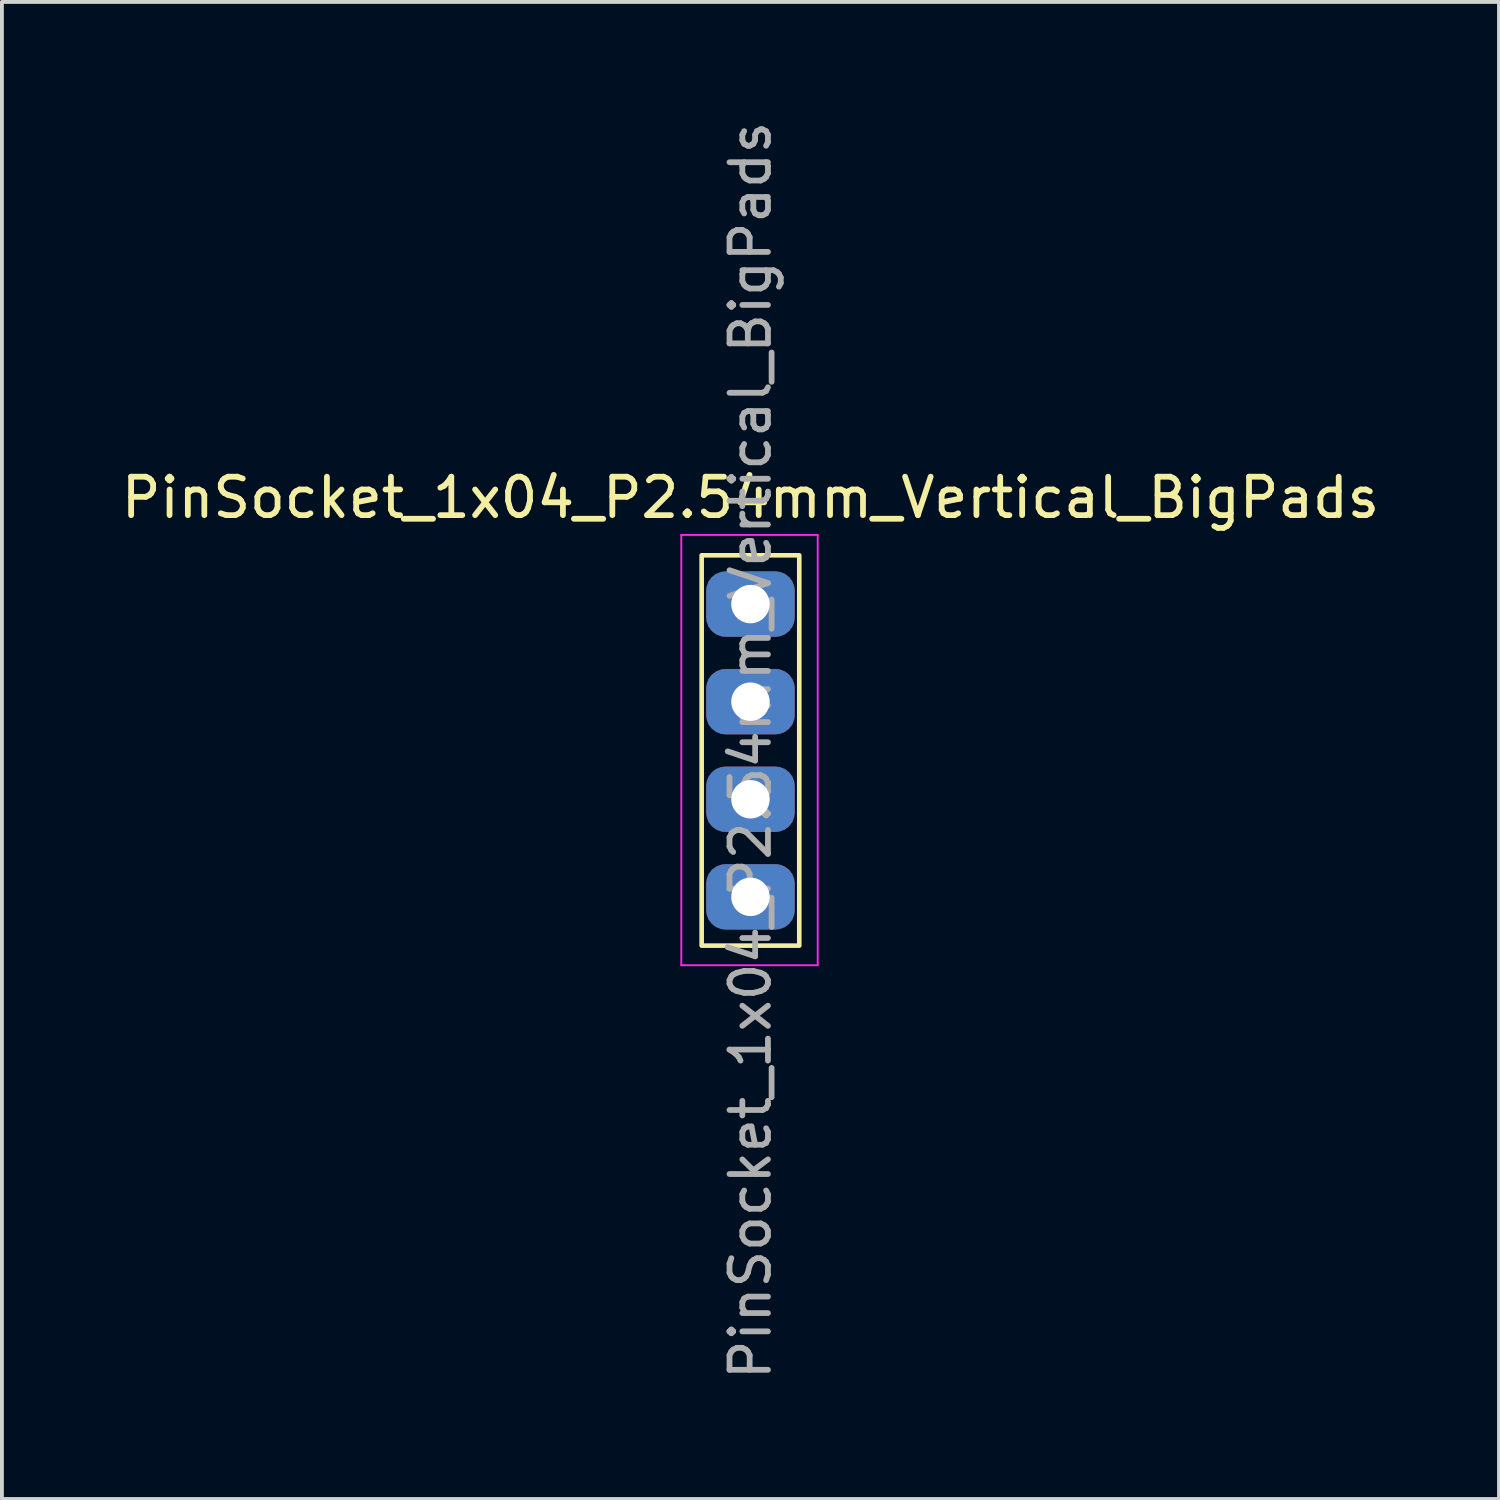
<source format=kicad_pcb>
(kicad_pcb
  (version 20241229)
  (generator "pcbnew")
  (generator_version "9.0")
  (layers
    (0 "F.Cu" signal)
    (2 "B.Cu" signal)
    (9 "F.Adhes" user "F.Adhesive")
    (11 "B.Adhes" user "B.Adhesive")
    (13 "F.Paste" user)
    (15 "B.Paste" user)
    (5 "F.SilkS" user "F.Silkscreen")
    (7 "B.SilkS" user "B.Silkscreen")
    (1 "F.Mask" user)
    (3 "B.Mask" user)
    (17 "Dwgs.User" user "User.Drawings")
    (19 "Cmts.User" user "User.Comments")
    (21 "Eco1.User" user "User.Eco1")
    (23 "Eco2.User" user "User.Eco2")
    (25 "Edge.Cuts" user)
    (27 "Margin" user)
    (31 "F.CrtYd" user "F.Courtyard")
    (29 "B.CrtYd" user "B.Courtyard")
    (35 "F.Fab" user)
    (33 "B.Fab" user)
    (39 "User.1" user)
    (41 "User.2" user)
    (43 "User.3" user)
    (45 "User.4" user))
  (footprint "PinSocket_1x04_P2.54mm_Vertical_BigPads"
    (layer "F.Cu")
    (at 16.482 12.672)
    (property "Reference" "PinSocket_1x04_P2.54mm_Vertical_BigPads" (at 0 -2.77 0) (layer "F.SilkS") (effects (font (size 1 1) (thickness 0.15))))
    (attr through_hole)
    (fp_rect (start -1.27 -1.27) (end 1.27 8.89) (stroke (width 0.12) (type solid)) (fill no) (layer "F.SilkS"))
    (fp_line (start -1.8 -1.8) (end 1.75 -1.8) (stroke (width 0.05) (type solid)) (layer "F.CrtYd"))
    (fp_line (start -1.8 9.4) (end -1.8 -1.8) (stroke (width 0.05) (type solid)) (layer "F.CrtYd"))
    (fp_line (start 1.75 -1.8) (end 1.75 9.4) (stroke (width 0.05) (type solid)) (layer "F.CrtYd"))
    (fp_line (start 1.75 9.4) (end -1.8 9.4) (stroke (width 0.05) (type solid)) (layer "F.CrtYd"))
    (fp_text user "${REFERENCE}" (at 0 3.81 90) (layer "F.Fab") (effects (font (size 1 1) (thickness 0.15))))
    (pad "1" thru_hole roundrect (at 0 0) (size 2.3 1.7) (drill 1) (layers "*.Cu" "*.Mask") (roundrect_rratio 0.294))
    (pad "2" thru_hole roundrect (at 0 2.54) (size 2.3 1.7) (drill 1) (layers "*.Cu" "*.Mask") (roundrect_rratio 0.294))
    (pad "3" thru_hole roundrect (at 0 5.08) (size 2.3 1.7) (drill 1) (layers "*.Cu" "*.Mask") (roundrect_rratio 0.294))
    (pad "4" thru_hole roundrect (at 0 7.62) (size 2.3 1.7) (drill 1) (layers "*.Cu" "*.Mask") (roundrect_rratio 0.294)))
  (gr_rect
    (start -3 -3)
    (end 35.964 35.964)
    (stroke (width 0.1) (type default))
    (fill no)
    (layer "Edge.Cuts")))
</source>
